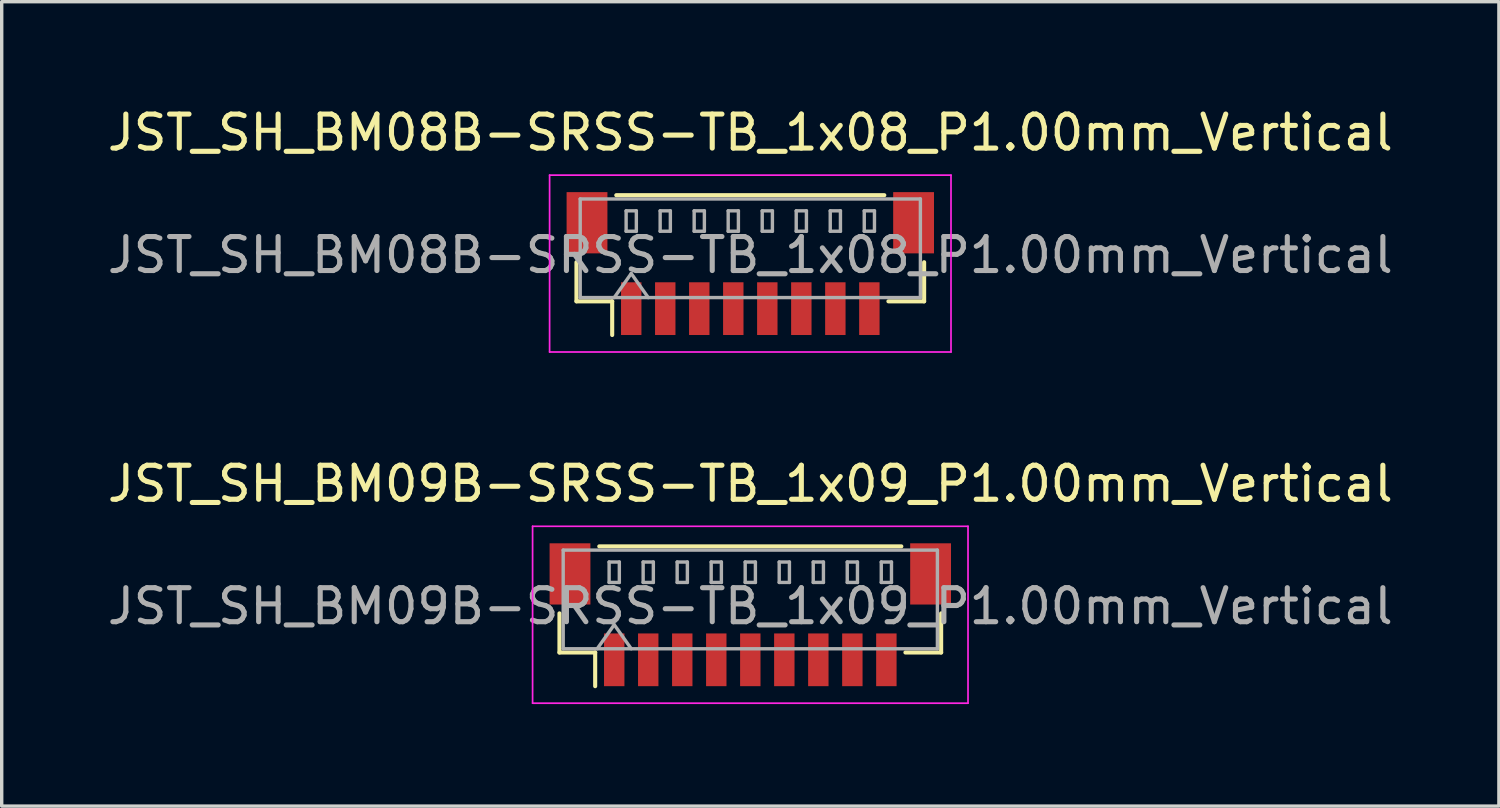
<source format=kicad_pcb>
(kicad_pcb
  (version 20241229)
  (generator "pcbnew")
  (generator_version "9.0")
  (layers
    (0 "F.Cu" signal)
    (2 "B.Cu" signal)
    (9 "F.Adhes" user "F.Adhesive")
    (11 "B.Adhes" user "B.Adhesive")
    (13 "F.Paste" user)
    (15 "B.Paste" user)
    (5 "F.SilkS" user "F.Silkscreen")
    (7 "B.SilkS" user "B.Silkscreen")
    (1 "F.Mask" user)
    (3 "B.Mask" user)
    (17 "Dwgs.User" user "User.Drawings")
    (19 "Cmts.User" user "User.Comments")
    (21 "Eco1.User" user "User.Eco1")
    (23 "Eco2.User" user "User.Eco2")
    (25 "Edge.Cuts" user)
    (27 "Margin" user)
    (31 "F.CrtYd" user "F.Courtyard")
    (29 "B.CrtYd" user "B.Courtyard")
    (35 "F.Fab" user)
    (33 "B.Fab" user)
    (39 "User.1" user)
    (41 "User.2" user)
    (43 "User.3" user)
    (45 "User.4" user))
  (footprint "JST_SH_BM08B-SRSS-TB_1x08_P1.00mm_Vertical"
    (layer "F.Cu")
    (at 19.006 4.698)
    (property "Reference" "JST_SH_BM08B-SRSS-TB_1x08_P1.00mm_Vertical" (at 0 -3.85 0) (layer "F.SilkS") (effects (font (size 1 1) (thickness 0.15))))
    (attr smd)
    (fp_line (start -5.11 -0.04) (end -5.11 1.11) (stroke (width 0.12) (type solid)) (layer "F.SilkS"))
    (fp_line (start -5.11 1.11) (end -4.06 1.11) (stroke (width 0.12) (type solid)) (layer "F.SilkS"))
    (fp_line (start -4.06 1.11) (end -4.06 2.1) (stroke (width 0.12) (type solid)) (layer "F.SilkS"))
    (fp_line (start -3.94 -2.01) (end 3.94 -2.01) (stroke (width 0.12) (type solid)) (layer "F.SilkS"))
    (fp_line (start 5.11 -0.04) (end 5.11 1.11) (stroke (width 0.12) (type solid)) (layer "F.SilkS"))
    (fp_line (start 5.11 1.11) (end 4.06 1.11) (stroke (width 0.12) (type solid)) (layer "F.SilkS"))
    (fp_line (start -5.9 -2.6) (end -5.9 2.6) (stroke (width 0.05) (type solid)) (layer "F.CrtYd"))
    (fp_line (start -5.9 2.6) (end 5.9 2.6) (stroke (width 0.05) (type solid)) (layer "F.CrtYd"))
    (fp_line (start 5.9 -2.6) (end -5.9 -2.6) (stroke (width 0.05) (type solid)) (layer "F.CrtYd"))
    (fp_line (start 5.9 2.6) (end 5.9 -2.6) (stroke (width 0.05) (type solid)) (layer "F.CrtYd"))
    (fp_line (start -5 -1.9) (end 5 -1.9) (stroke (width 0.1) (type solid)) (layer "F.Fab"))
    (fp_line (start -5 1) (end -5 -1.9) (stroke (width 0.1) (type solid)) (layer "F.Fab"))
    (fp_line (start -5 1) (end 5 1) (stroke (width 0.1) (type solid)) (layer "F.Fab"))
    (fp_line (start -4 1) (end -3.5 0.293) (stroke (width 0.1) (type solid)) (layer "F.Fab"))
    (fp_line (start -3.65 -1.55) (end -3.65 -0.95) (stroke (width 0.1) (type solid)) (layer "F.Fab"))
    (fp_line (start -3.65 -0.95) (end -3.35 -0.95) (stroke (width 0.1) (type solid)) (layer "F.Fab"))
    (fp_line (start -3.5 0.293) (end -3 1) (stroke (width 0.1) (type solid)) (layer "F.Fab"))
    (fp_line (start -3.35 -1.55) (end -3.65 -1.55) (stroke (width 0.1) (type solid)) (layer "F.Fab"))
    (fp_line (start -3.35 -0.95) (end -3.35 -1.55) (stroke (width 0.1) (type solid)) (layer "F.Fab"))
    (fp_line (start -2.65 -1.55) (end -2.65 -0.95) (stroke (width 0.1) (type solid)) (layer "F.Fab"))
    (fp_line (start -2.65 -0.95) (end -2.35 -0.95) (stroke (width 0.1) (type solid)) (layer "F.Fab"))
    (fp_line (start -2.35 -1.55) (end -2.65 -1.55) (stroke (width 0.1) (type solid)) (layer "F.Fab"))
    (fp_line (start -2.35 -0.95) (end -2.35 -1.55) (stroke (width 0.1) (type solid)) (layer "F.Fab"))
    (fp_line (start -1.65 -1.55) (end -1.65 -0.95) (stroke (width 0.1) (type solid)) (layer "F.Fab"))
    (fp_line (start -1.65 -0.95) (end -1.35 -0.95) (stroke (width 0.1) (type solid)) (layer "F.Fab"))
    (fp_line (start -1.35 -1.55) (end -1.65 -1.55) (stroke (width 0.1) (type solid)) (layer "F.Fab"))
    (fp_line (start -1.35 -0.95) (end -1.35 -1.55) (stroke (width 0.1) (type solid)) (layer "F.Fab"))
    (fp_line (start -0.65 -1.55) (end -0.65 -0.95) (stroke (width 0.1) (type solid)) (layer "F.Fab"))
    (fp_line (start -0.65 -0.95) (end -0.35 -0.95) (stroke (width 0.1) (type solid)) (layer "F.Fab"))
    (fp_line (start -0.35 -1.55) (end -0.65 -1.55) (stroke (width 0.1) (type solid)) (layer "F.Fab"))
    (fp_line (start -0.35 -0.95) (end -0.35 -1.55) (stroke (width 0.1) (type solid)) (layer "F.Fab"))
    (fp_line (start 0.35 -1.55) (end 0.35 -0.95) (stroke (width 0.1) (type solid)) (layer "F.Fab"))
    (fp_line (start 0.35 -0.95) (end 0.65 -0.95) (stroke (width 0.1) (type solid)) (layer "F.Fab"))
    (fp_line (start 0.65 -1.55) (end 0.35 -1.55) (stroke (width 0.1) (type solid)) (layer "F.Fab"))
    (fp_line (start 0.65 -0.95) (end 0.65 -1.55) (stroke (width 0.1) (type solid)) (layer "F.Fab"))
    (fp_line (start 1.35 -1.55) (end 1.35 -0.95) (stroke (width 0.1) (type solid)) (layer "F.Fab"))
    (fp_line (start 1.35 -0.95) (end 1.65 -0.95) (stroke (width 0.1) (type solid)) (layer "F.Fab"))
    (fp_line (start 1.65 -1.55) (end 1.35 -1.55) (stroke (width 0.1) (type solid)) (layer "F.Fab"))
    (fp_line (start 1.65 -0.95) (end 1.65 -1.55) (stroke (width 0.1) (type solid)) (layer "F.Fab"))
    (fp_line (start 2.35 -1.55) (end 2.35 -0.95) (stroke (width 0.1) (type solid)) (layer "F.Fab"))
    (fp_line (start 2.35 -0.95) (end 2.65 -0.95) (stroke (width 0.1) (type solid)) (layer "F.Fab"))
    (fp_line (start 2.65 -1.55) (end 2.35 -1.55) (stroke (width 0.1) (type solid)) (layer "F.Fab"))
    (fp_line (start 2.65 -0.95) (end 2.65 -1.55) (stroke (width 0.1) (type solid)) (layer "F.Fab"))
    (fp_line (start 3.35 -1.55) (end 3.35 -0.95) (stroke (width 0.1) (type solid)) (layer "F.Fab"))
    (fp_line (start 3.35 -0.95) (end 3.65 -0.95) (stroke (width 0.1) (type solid)) (layer "F.Fab"))
    (fp_line (start 3.65 -1.55) (end 3.35 -1.55) (stroke (width 0.1) (type solid)) (layer "F.Fab"))
    (fp_line (start 3.65 -0.95) (end 3.65 -1.55) (stroke (width 0.1) (type solid)) (layer "F.Fab"))
    (fp_line (start 5 1) (end 5 -1.9) (stroke (width 0.1) (type solid)) (layer "F.Fab"))
    (fp_text user "${REFERENCE}" (at 0 -0.25 0) (layer "F.Fab") (effects (font (size 1 1) (thickness 0.15))))
    (pad "" smd rect (at -4.8 -1.2) (size 1.2 1.8) (layers "F.Cu" "F.Mask" "F.Paste"))
    (pad "" smd rect (at 4.8 -1.2) (size 1.2 1.8) (layers "F.Cu" "F.Mask" "F.Paste"))
    (pad "1" smd rect (at -3.5 1.325) (size 0.6 1.55) (layers "F.Cu" "F.Mask" "F.Paste"))
    (pad "2" smd rect (at -2.5 1.325) (size 0.6 1.55) (layers "F.Cu" "F.Mask" "F.Paste"))
    (pad "3" smd rect (at -1.5 1.325) (size 0.6 1.55) (layers "F.Cu" "F.Mask" "F.Paste"))
    (pad "4" smd rect (at -0.5 1.325) (size 0.6 1.55) (layers "F.Cu" "F.Mask" "F.Paste"))
    (pad "5" smd rect (at 0.5 1.325) (size 0.6 1.55) (layers "F.Cu" "F.Mask" "F.Paste"))
    (pad "6" smd rect (at 1.5 1.325) (size 0.6 1.55) (layers "F.Cu" "F.Mask" "F.Paste"))
    (pad "7" smd rect (at 2.5 1.325) (size 0.6 1.55) (layers "F.Cu" "F.Mask" "F.Paste"))
    (pad "8" smd rect (at 3.5 1.325) (size 0.6 1.55) (layers "F.Cu" "F.Mask" "F.Paste")))
  (footprint "JST_SH_BM09B-SRSS-TB_1x09_P1.00mm_Vertical"
    (layer "F.Cu")
    (at 19.006 15.021)
    (property "Reference" "JST_SH_BM09B-SRSS-TB_1x09_P1.00mm_Vertical" (at 0 -3.85 0) (layer "F.SilkS") (effects (font (size 1 1) (thickness 0.15))))
    (attr smd)
    (fp_line (start -5.61 -0.04) (end -5.61 1.11) (stroke (width 0.12) (type solid)) (layer "F.SilkS"))
    (fp_line (start -5.61 1.11) (end -4.56 1.11) (stroke (width 0.12) (type solid)) (layer "F.SilkS"))
    (fp_line (start -4.56 1.11) (end -4.56 2.1) (stroke (width 0.12) (type solid)) (layer "F.SilkS"))
    (fp_line (start -4.44 -2.01) (end 4.44 -2.01) (stroke (width 0.12) (type solid)) (layer "F.SilkS"))
    (fp_line (start 5.61 -0.04) (end 5.61 1.11) (stroke (width 0.12) (type solid)) (layer "F.SilkS"))
    (fp_line (start 5.61 1.11) (end 4.56 1.11) (stroke (width 0.12) (type solid)) (layer "F.SilkS"))
    (fp_line (start -6.4 -2.6) (end -6.4 2.6) (stroke (width 0.05) (type solid)) (layer "F.CrtYd"))
    (fp_line (start -6.4 2.6) (end 6.4 2.6) (stroke (width 0.05) (type solid)) (layer "F.CrtYd"))
    (fp_line (start 6.4 -2.6) (end -6.4 -2.6) (stroke (width 0.05) (type solid)) (layer "F.CrtYd"))
    (fp_line (start 6.4 2.6) (end 6.4 -2.6) (stroke (width 0.05) (type solid)) (layer "F.CrtYd"))
    (fp_line (start -5.5 -1.9) (end 5.5 -1.9) (stroke (width 0.1) (type solid)) (layer "F.Fab"))
    (fp_line (start -5.5 1) (end -5.5 -1.9) (stroke (width 0.1) (type solid)) (layer "F.Fab"))
    (fp_line (start -5.5 1) (end 5.5 1) (stroke (width 0.1) (type solid)) (layer "F.Fab"))
    (fp_line (start -4.5 1) (end -4 0.293) (stroke (width 0.1) (type solid)) (layer "F.Fab"))
    (fp_line (start -4.15 -1.55) (end -4.15 -0.95) (stroke (width 0.1) (type solid)) (layer "F.Fab"))
    (fp_line (start -4.15 -0.95) (end -3.85 -0.95) (stroke (width 0.1) (type solid)) (layer "F.Fab"))
    (fp_line (start -4 0.293) (end -3.5 1) (stroke (width 0.1) (type solid)) (layer "F.Fab"))
    (fp_line (start -3.85 -1.55) (end -4.15 -1.55) (stroke (width 0.1) (type solid)) (layer "F.Fab"))
    (fp_line (start -3.85 -0.95) (end -3.85 -1.55) (stroke (width 0.1) (type solid)) (layer "F.Fab"))
    (fp_line (start -3.15 -1.55) (end -3.15 -0.95) (stroke (width 0.1) (type solid)) (layer "F.Fab"))
    (fp_line (start -3.15 -0.95) (end -2.85 -0.95) (stroke (width 0.1) (type solid)) (layer "F.Fab"))
    (fp_line (start -2.85 -1.55) (end -3.15 -1.55) (stroke (width 0.1) (type solid)) (layer "F.Fab"))
    (fp_line (start -2.85 -0.95) (end -2.85 -1.55) (stroke (width 0.1) (type solid)) (layer "F.Fab"))
    (fp_line (start -2.15 -1.55) (end -2.15 -0.95) (stroke (width 0.1) (type solid)) (layer "F.Fab"))
    (fp_line (start -2.15 -0.95) (end -1.85 -0.95) (stroke (width 0.1) (type solid)) (layer "F.Fab"))
    (fp_line (start -1.85 -1.55) (end -2.15 -1.55) (stroke (width 0.1) (type solid)) (layer "F.Fab"))
    (fp_line (start -1.85 -0.95) (end -1.85 -1.55) (stroke (width 0.1) (type solid)) (layer "F.Fab"))
    (fp_line (start -1.15 -1.55) (end -1.15 -0.95) (stroke (width 0.1) (type solid)) (layer "F.Fab"))
    (fp_line (start -1.15 -0.95) (end -0.85 -0.95) (stroke (width 0.1) (type solid)) (layer "F.Fab"))
    (fp_line (start -0.85 -1.55) (end -1.15 -1.55) (stroke (width 0.1) (type solid)) (layer "F.Fab"))
    (fp_line (start -0.85 -0.95) (end -0.85 -1.55) (stroke (width 0.1) (type solid)) (layer "F.Fab"))
    (fp_line (start -0.15 -1.55) (end -0.15 -0.95) (stroke (width 0.1) (type solid)) (layer "F.Fab"))
    (fp_line (start -0.15 -0.95) (end 0.15 -0.95) (stroke (width 0.1) (type solid)) (layer "F.Fab"))
    (fp_line (start 0.15 -1.55) (end -0.15 -1.55) (stroke (width 0.1) (type solid)) (layer "F.Fab"))
    (fp_line (start 0.15 -0.95) (end 0.15 -1.55) (stroke (width 0.1) (type solid)) (layer "F.Fab"))
    (fp_line (start 0.85 -1.55) (end 0.85 -0.95) (stroke (width 0.1) (type solid)) (layer "F.Fab"))
    (fp_line (start 0.85 -0.95) (end 1.15 -0.95) (stroke (width 0.1) (type solid)) (layer "F.Fab"))
    (fp_line (start 1.15 -1.55) (end 0.85 -1.55) (stroke (width 0.1) (type solid)) (layer "F.Fab"))
    (fp_line (start 1.15 -0.95) (end 1.15 -1.55) (stroke (width 0.1) (type solid)) (layer "F.Fab"))
    (fp_line (start 1.85 -1.55) (end 1.85 -0.95) (stroke (width 0.1) (type solid)) (layer "F.Fab"))
    (fp_line (start 1.85 -0.95) (end 2.15 -0.95) (stroke (width 0.1) (type solid)) (layer "F.Fab"))
    (fp_line (start 2.15 -1.55) (end 1.85 -1.55) (stroke (width 0.1) (type solid)) (layer "F.Fab"))
    (fp_line (start 2.15 -0.95) (end 2.15 -1.55) (stroke (width 0.1) (type solid)) (layer "F.Fab"))
    (fp_line (start 2.85 -1.55) (end 2.85 -0.95) (stroke (width 0.1) (type solid)) (layer "F.Fab"))
    (fp_line (start 2.85 -0.95) (end 3.15 -0.95) (stroke (width 0.1) (type solid)) (layer "F.Fab"))
    (fp_line (start 3.15 -1.55) (end 2.85 -1.55) (stroke (width 0.1) (type solid)) (layer "F.Fab"))
    (fp_line (start 3.15 -0.95) (end 3.15 -1.55) (stroke (width 0.1) (type solid)) (layer "F.Fab"))
    (fp_line (start 3.85 -1.55) (end 3.85 -0.95) (stroke (width 0.1) (type solid)) (layer "F.Fab"))
    (fp_line (start 3.85 -0.95) (end 4.15 -0.95) (stroke (width 0.1) (type solid)) (layer "F.Fab"))
    (fp_line (start 4.15 -1.55) (end 3.85 -1.55) (stroke (width 0.1) (type solid)) (layer "F.Fab"))
    (fp_line (start 4.15 -0.95) (end 4.15 -1.55) (stroke (width 0.1) (type solid)) (layer "F.Fab"))
    (fp_line (start 5.5 1) (end 5.5 -1.9) (stroke (width 0.1) (type solid)) (layer "F.Fab"))
    (fp_text user "${REFERENCE}" (at 0 -0.25 0) (layer "F.Fab") (effects (font (size 1 1) (thickness 0.15))))
    (pad "" smd rect (at -5.3 -1.2) (size 1.2 1.8) (layers "F.Cu" "F.Mask" "F.Paste"))
    (pad "" smd rect (at 5.3 -1.2) (size 1.2 1.8) (layers "F.Cu" "F.Mask" "F.Paste"))
    (pad "1" smd rect (at -4 1.325) (size 0.6 1.55) (layers "F.Cu" "F.Mask" "F.Paste"))
    (pad "2" smd rect (at -3 1.325) (size 0.6 1.55) (layers "F.Cu" "F.Mask" "F.Paste"))
    (pad "3" smd rect (at -2 1.325) (size 0.6 1.55) (layers "F.Cu" "F.Mask" "F.Paste"))
    (pad "4" smd rect (at -1 1.325) (size 0.6 1.55) (layers "F.Cu" "F.Mask" "F.Paste"))
    (pad "5" smd rect (at 0 1.325) (size 0.6 1.55) (layers "F.Cu" "F.Mask" "F.Paste"))
    (pad "6" smd rect (at 1 1.325) (size 0.6 1.55) (layers "F.Cu" "F.Mask" "F.Paste"))
    (pad "7" smd rect (at 2 1.325) (size 0.6 1.55) (layers "F.Cu" "F.Mask" "F.Paste"))
    (pad "8" smd rect (at 3 1.325) (size 0.6 1.55) (layers "F.Cu" "F.Mask" "F.Paste"))
    (pad "9" smd rect (at 4 1.325) (size 0.6 1.55) (layers "F.Cu" "F.Mask" "F.Paste")))
  (gr_rect
    (start -3 -3)
    (end 41.012 20.646)
    (stroke (width 0.1) (type default))
    (fill no)
    (layer "Edge.Cuts")))
</source>
